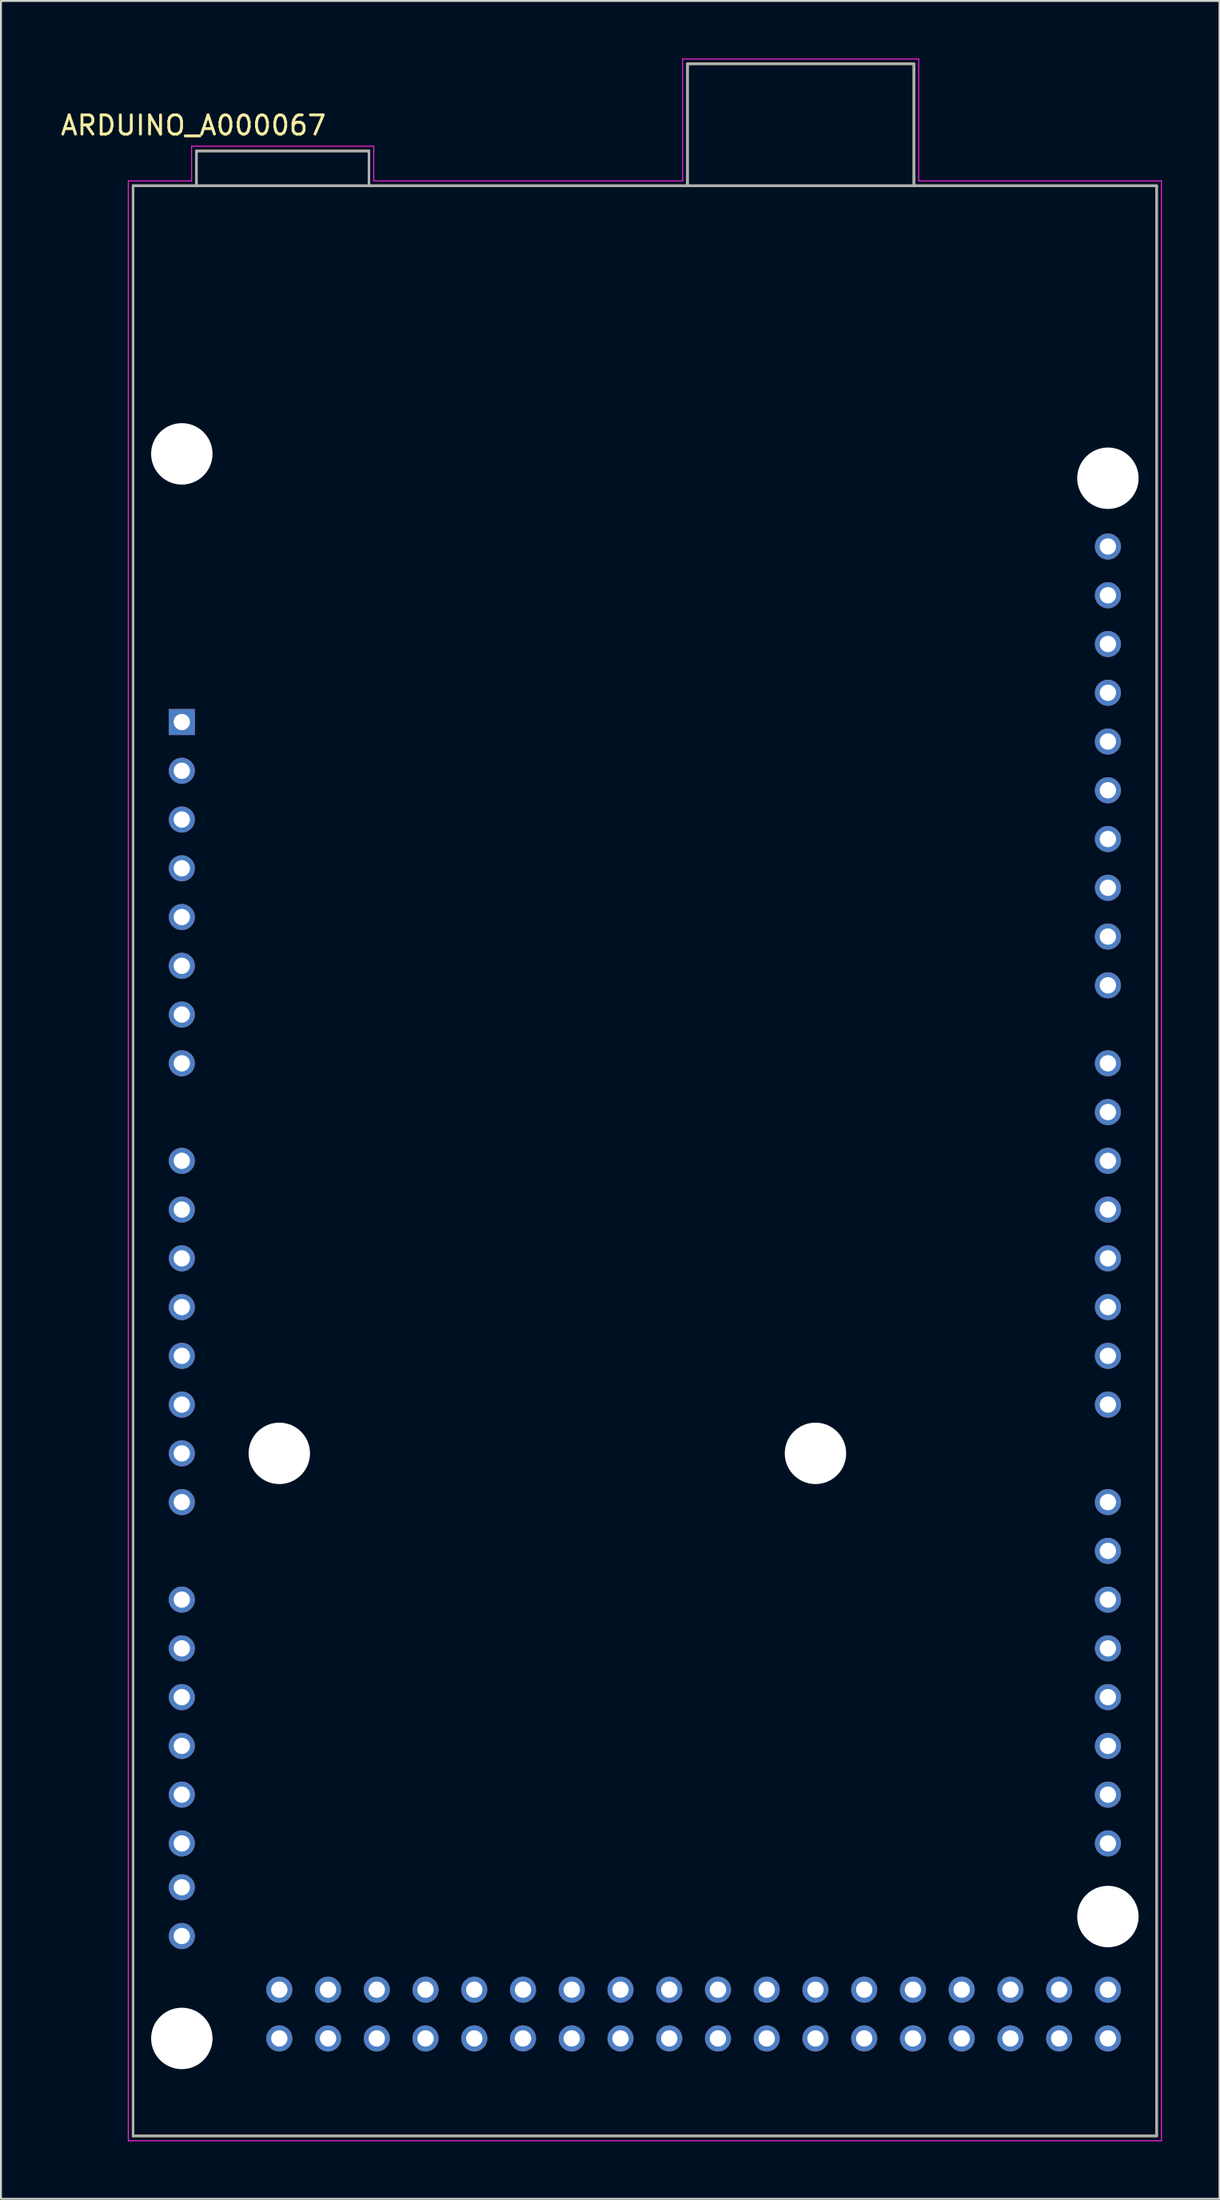
<source format=kicad_pcb>
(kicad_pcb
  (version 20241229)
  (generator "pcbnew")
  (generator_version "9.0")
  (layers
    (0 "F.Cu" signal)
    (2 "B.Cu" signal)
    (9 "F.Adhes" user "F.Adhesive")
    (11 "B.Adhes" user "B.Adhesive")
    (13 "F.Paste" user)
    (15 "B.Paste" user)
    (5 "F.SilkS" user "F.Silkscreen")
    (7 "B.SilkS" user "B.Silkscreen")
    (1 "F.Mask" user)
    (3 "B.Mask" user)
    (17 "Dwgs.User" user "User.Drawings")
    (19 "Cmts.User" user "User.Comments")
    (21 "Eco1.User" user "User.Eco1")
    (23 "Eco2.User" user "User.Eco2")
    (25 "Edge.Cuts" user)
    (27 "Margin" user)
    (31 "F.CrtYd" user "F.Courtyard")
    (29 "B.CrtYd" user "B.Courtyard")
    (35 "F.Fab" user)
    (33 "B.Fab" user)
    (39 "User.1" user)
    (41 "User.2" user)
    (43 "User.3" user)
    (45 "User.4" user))
  (footprint "ARDUINO_A000067"
    (layer "F.Cu")
    (at 30.555 57.425)
    (property "Reference" "ARDUINO_A000067" (at -23.525 -53.945 0) (layer "F.SilkS") (effects (font (size 1 1) (thickness 0.15))))
    (attr through_hole)
    (fp_line (start -26.67 -50.8) (end -23.37 -50.8) (stroke (width 0.127) (type solid)) (layer "F.SilkS"))
    (fp_line (start -26.67 50.8) (end -26.67 -50.8) (stroke (width 0.127) (type solid)) (layer "F.SilkS"))
    (fp_line (start -23.37 -52.61) (end -14.378 -52.61) (stroke (width 0.127) (type solid)) (layer "F.SilkS"))
    (fp_line (start -23.37 -50.8) (end -23.37 -52.61) (stroke (width 0.127) (type solid)) (layer "F.SilkS"))
    (fp_line (start -23.37 -50.8) (end -14.378 -50.8) (stroke (width 0.127) (type solid)) (layer "F.SilkS"))
    (fp_line (start -14.378 -52.61) (end -14.378 -50.8) (stroke (width 0.127) (type solid)) (layer "F.SilkS"))
    (fp_line (start -14.378 -50.8) (end 2.22 -50.8) (stroke (width 0.127) (type solid)) (layer "F.SilkS"))
    (fp_line (start 2.22 -57.15) (end 2.22 -50.8) (stroke (width 0.127) (type solid)) (layer "F.SilkS"))
    (fp_line (start 2.22 -50.8) (end 14.02 -50.8) (stroke (width 0.127) (type solid)) (layer "F.SilkS"))
    (fp_line (start 14.02 -57.15) (end 2.22 -57.15) (stroke (width 0.127) (type solid)) (layer "F.SilkS"))
    (fp_line (start 14.02 -50.8) (end 14.02 -57.15) (stroke (width 0.127) (type solid)) (layer "F.SilkS"))
    (fp_line (start 14.02 -50.8) (end 26.67 -50.8) (stroke (width 0.127) (type solid)) (layer "F.SilkS"))
    (fp_line (start 26.67 -50.8) (end 26.67 50.8) (stroke (width 0.127) (type solid)) (layer "F.SilkS"))
    (fp_line (start 26.67 50.8) (end -26.67 50.8) (stroke (width 0.127) (type solid)) (layer "F.SilkS"))
    (fp_line (start -26.92 -51.05) (end -23.62 -51.05) (stroke (width 0.05) (type solid)) (layer "F.CrtYd"))
    (fp_line (start -26.92 51.05) (end -26.92 -51.05) (stroke (width 0.05) (type solid)) (layer "F.CrtYd"))
    (fp_line (start -23.62 -52.86) (end -14.128 -52.86) (stroke (width 0.05) (type solid)) (layer "F.CrtYd"))
    (fp_line (start -23.62 -51.05) (end -23.62 -52.86) (stroke (width 0.05) (type solid)) (layer "F.CrtYd"))
    (fp_line (start -14.128 -52.86) (end -14.128 -51.05) (stroke (width 0.05) (type solid)) (layer "F.CrtYd"))
    (fp_line (start -14.128 -51.05) (end 1.97 -51.05) (stroke (width 0.05) (type solid)) (layer "F.CrtYd"))
    (fp_line (start 1.97 -57.4) (end 14.27 -57.4) (stroke (width 0.05) (type solid)) (layer "F.CrtYd"))
    (fp_line (start 1.97 -51.05) (end 1.97 -57.4) (stroke (width 0.05) (type solid)) (layer "F.CrtYd"))
    (fp_line (start 14.27 -57.4) (end 14.27 -51.05) (stroke (width 0.05) (type solid)) (layer "F.CrtYd"))
    (fp_line (start 14.27 -51.05) (end 26.92 -51.05) (stroke (width 0.05) (type solid)) (layer "F.CrtYd"))
    (fp_line (start 26.92 -51.05) (end 26.92 51.05) (stroke (width 0.05) (type solid)) (layer "F.CrtYd"))
    (fp_line (start 26.92 51.05) (end -26.92 51.05) (stroke (width 0.05) (type solid)) (layer "F.CrtYd"))
    (fp_line (start -26.67 -50.8) (end -23.37 -50.8) (stroke (width 0.127) (type solid)) (layer "F.Fab"))
    (fp_line (start -26.67 50.8) (end -26.67 -50.8) (stroke (width 0.127) (type solid)) (layer "F.Fab"))
    (fp_line (start -23.37 -52.61) (end -14.378 -52.61) (stroke (width 0.127) (type solid)) (layer "F.Fab"))
    (fp_line (start -23.37 -50.8) (end -23.37 -52.61) (stroke (width 0.127) (type solid)) (layer "F.Fab"))
    (fp_line (start -23.37 -50.8) (end -14.378 -50.8) (stroke (width 0.127) (type solid)) (layer "F.Fab"))
    (fp_line (start -14.378 -52.61) (end -14.378 -50.8) (stroke (width 0.127) (type solid)) (layer "F.Fab"))
    (fp_line (start -14.378 -50.8) (end 2.22 -50.8) (stroke (width 0.127) (type solid)) (layer "F.Fab"))
    (fp_line (start 2.22 -57.15) (end 2.22 -50.8) (stroke (width 0.127) (type solid)) (layer "F.Fab"))
    (fp_line (start 2.22 -50.8) (end 14.02 -50.8) (stroke (width 0.127) (type solid)) (layer "F.Fab"))
    (fp_line (start 14.02 -57.15) (end 2.22 -57.15) (stroke (width 0.127) (type solid)) (layer "F.Fab"))
    (fp_line (start 14.02 -50.8) (end 14.02 -57.15) (stroke (width 0.127) (type solid)) (layer "F.Fab"))
    (fp_line (start 14.02 -50.8) (end 26.67 -50.8) (stroke (width 0.127) (type solid)) (layer "F.Fab"))
    (fp_line (start 26.67 -50.8) (end 26.67 50.8) (stroke (width 0.127) (type solid)) (layer "F.Fab"))
    (fp_line (start 26.67 50.8) (end -26.67 50.8) (stroke (width 0.127) (type solid)) (layer "F.Fab"))
    (pad "" np_thru_hole circle (at -24.13 -36.83) (size 3.2 3.2) (drill 3.2) (layers "*.Cu" "*.Mask"))
    (pad "" np_thru_hole circle (at -24.13 45.72) (size 3.2 3.2) (drill 3.2) (layers "*.Cu" "*.Mask"))
    (pad "" np_thru_hole circle (at -19.05 15.24) (size 3.2 3.2) (drill 3.2) (layers "*.Cu" "*.Mask"))
    (pad "" np_thru_hole circle (at 8.89 15.24) (size 3.2 3.2) (drill 3.2) (layers "*.Cu" "*.Mask"))
    (pad "" np_thru_hole circle (at 24.13 -35.56) (size 3.2 3.2) (drill 3.2) (layers "*.Cu" "*.Mask"))
    (pad "" np_thru_hole circle (at 24.13 39.37) (size 3.2 3.2) (drill 3.2) (layers "*.Cu" "*.Mask"))
    (pad "0" thru_hole circle (at 24.13 12.7) (size 1.358 1.358) (drill 0.85) (layers "*.Cu" "*.Mask"))
    (pad "1" thru_hole circle (at 24.13 10.16) (size 1.358 1.358) (drill 0.85) (layers "*.Cu" "*.Mask"))
    (pad "2" thru_hole circle (at 24.13 7.62) (size 1.358 1.358) (drill 0.85) (layers "*.Cu" "*.Mask"))
    (pad "3" thru_hole circle (at 24.13 5.08) (size 1.358 1.358) (drill 0.85) (layers "*.Cu" "*.Mask"))
    (pad "3V3" thru_hole circle (at -24.13 -15.24) (size 1.358 1.358) (drill 0.85) (layers "*.Cu" "*.Mask"))
    (pad "4" thru_hole circle (at 24.13 2.54) (size 1.358 1.358) (drill 0.85) (layers "*.Cu" "*.Mask"))
    (pad "5" thru_hole circle (at 24.13 0) (size 1.358 1.358) (drill 0.85) (layers "*.Cu" "*.Mask"))
    (pad "5V_1" thru_hole circle (at -24.13 -12.7) (size 1.358 1.358) (drill 0.85) (layers "*.Cu" "*.Mask"))
    (pad "5V_2" thru_hole circle (at 24.13 43.18) (size 1.358 1.358) (drill 0.85) (layers "*.Cu" "*.Mask"))
    (pad "5V_3" thru_hole circle (at 24.13 45.72) (size 1.358 1.358) (drill 0.85) (layers "*.Cu" "*.Mask"))
    (pad "6" thru_hole circle (at 24.13 -2.54) (size 1.358 1.358) (drill 0.85) (layers "*.Cu" "*.Mask"))
    (pad "7" thru_hole circle (at 24.13 -5.08) (size 1.358 1.358) (drill 0.85) (layers "*.Cu" "*.Mask"))
    (pad "8" thru_hole circle (at 24.13 -9.144) (size 1.358 1.358) (drill 0.85) (layers "*.Cu" "*.Mask"))
    (pad "9" thru_hole circle (at 24.13 -11.684) (size 1.358 1.358) (drill 0.85) (layers "*.Cu" "*.Mask"))
    (pad "10" thru_hole circle (at 24.13 -14.224) (size 1.358 1.358) (drill 0.85) (layers "*.Cu" "*.Mask"))
    (pad "11" thru_hole circle (at 24.13 -16.764) (size 1.358 1.358) (drill 0.85) (layers "*.Cu" "*.Mask"))
    (pad "12" thru_hole circle (at 24.13 -19.304) (size 1.358 1.358) (drill 0.85) (layers "*.Cu" "*.Mask"))
    (pad "13" thru_hole circle (at 24.13 -21.844) (size 1.358 1.358) (drill 0.85) (layers "*.Cu" "*.Mask"))
    (pad "14" thru_hole circle (at 24.13 17.78) (size 1.358 1.358) (drill 0.85) (layers "*.Cu" "*.Mask"))
    (pad "15" thru_hole circle (at 24.13 20.32) (size 1.358 1.358) (drill 0.85) (layers "*.Cu" "*.Mask"))
    (pad "16" thru_hole circle (at 24.13 22.86) (size 1.358 1.358) (drill 0.85) (layers "*.Cu" "*.Mask"))
    (pad "17" thru_hole circle (at 24.13 25.4) (size 1.358 1.358) (drill 0.85) (layers "*.Cu" "*.Mask"))
    (pad "18" thru_hole circle (at 24.13 27.94) (size 1.358 1.358) (drill 0.85) (layers "*.Cu" "*.Mask"))
    (pad "19" thru_hole circle (at 24.13 30.48) (size 1.358 1.358) (drill 0.85) (layers "*.Cu" "*.Mask"))
    (pad "20" thru_hole circle (at 24.13 33.02) (size 1.358 1.358) (drill 0.85) (layers "*.Cu" "*.Mask"))
    (pad "21" thru_hole circle (at 24.13 35.56) (size 1.358 1.358) (drill 0.85) (layers "*.Cu" "*.Mask"))
    (pad "22" thru_hole circle (at 21.59 43.18) (size 1.358 1.358) (drill 0.85) (layers "*.Cu" "*.Mask"))
    (pad "23" thru_hole circle (at 21.59 45.72) (size 1.358 1.358) (drill 0.85) (layers "*.Cu" "*.Mask"))
    (pad "24" thru_hole circle (at 19.05 43.18) (size 1.358 1.358) (drill 0.85) (layers "*.Cu" "*.Mask"))
    (pad "25" thru_hole circle (at 19.05 45.72) (size 1.358 1.358) (drill 0.85) (layers "*.Cu" "*.Mask"))
    (pad "26" thru_hole circle (at 16.51 43.18) (size 1.358 1.358) (drill 0.85) (layers "*.Cu" "*.Mask"))
    (pad "27" thru_hole circle (at 16.51 45.72) (size 1.358 1.358) (drill 0.85) (layers "*.Cu" "*.Mask"))
    (pad "28" thru_hole circle (at 13.97 43.18) (size 1.358 1.358) (drill 0.85) (layers "*.Cu" "*.Mask"))
    (pad "29" thru_hole circle (at 13.97 45.72) (size 1.358 1.358) (drill 0.85) (layers "*.Cu" "*.Mask"))
    (pad "30" thru_hole circle (at 11.43 43.18) (size 1.358 1.358) (drill 0.85) (layers "*.Cu" "*.Mask"))
    (pad "31" thru_hole circle (at 11.43 45.72) (size 1.358 1.358) (drill 0.85) (layers "*.Cu" "*.Mask"))
    (pad "32" thru_hole circle (at 8.89 43.18) (size 1.358 1.358) (drill 0.85) (layers "*.Cu" "*.Mask"))
    (pad "33" thru_hole circle (at 8.89 45.72) (size 1.358 1.358) (drill 0.85) (layers "*.Cu" "*.Mask"))
    (pad "34" thru_hole circle (at 6.35 43.18) (size 1.358 1.358) (drill 0.85) (layers "*.Cu" "*.Mask"))
    (pad "35" thru_hole circle (at 6.35 45.72) (size 1.358 1.358) (drill 0.85) (layers "*.Cu" "*.Mask"))
    (pad "36" thru_hole circle (at 3.81 43.18) (size 1.358 1.358) (drill 0.85) (layers "*.Cu" "*.Mask"))
    (pad "37" thru_hole circle (at 3.81 45.72) (size 1.358 1.358) (drill 0.85) (layers "*.Cu" "*.Mask"))
    (pad "38" thru_hole circle (at 1.27 43.18) (size 1.358 1.358) (drill 0.85) (layers "*.Cu" "*.Mask"))
    (pad "39" thru_hole circle (at 1.27 45.72) (size 1.358 1.358) (drill 0.85) (layers "*.Cu" "*.Mask"))
    (pad "40" thru_hole circle (at -1.27 43.18) (size 1.358 1.358) (drill 0.85) (layers "*.Cu" "*.Mask"))
    (pad "41" thru_hole circle (at -1.27 45.72) (size 1.358 1.358) (drill 0.85) (layers "*.Cu" "*.Mask"))
    (pad "42" thru_hole circle (at -3.81 43.18) (size 1.358 1.358) (drill 0.85) (layers "*.Cu" "*.Mask"))
    (pad "43" thru_hole circle (at -3.81 45.72) (size 1.358 1.358) (drill 0.85) (layers "*.Cu" "*.Mask"))
    (pad "44" thru_hole circle (at -6.35 43.18) (size 1.358 1.358) (drill 0.85) (layers "*.Cu" "*.Mask"))
    (pad "45" thru_hole circle (at -6.35 45.72) (size 1.358 1.358) (drill 0.85) (layers "*.Cu" "*.Mask"))
    (pad "46" thru_hole circle (at -8.89 43.18) (size 1.358 1.358) (drill 0.85) (layers "*.Cu" "*.Mask"))
    (pad "47" thru_hole circle (at -8.89 45.72) (size 1.358 1.358) (drill 0.85) (layers "*.Cu" "*.Mask"))
    (pad "48" thru_hole circle (at -11.43 43.18) (size 1.358 1.358) (drill 0.85) (layers "*.Cu" "*.Mask"))
    (pad "49" thru_hole circle (at -11.43 45.72) (size 1.358 1.358) (drill 0.85) (layers "*.Cu" "*.Mask"))
    (pad "50" thru_hole circle (at -13.97 43.18) (size 1.358 1.358) (drill 0.85) (layers "*.Cu" "*.Mask"))
    (pad "51" thru_hole circle (at -13.97 45.72) (size 1.358 1.358) (drill 0.85) (layers "*.Cu" "*.Mask"))
    (pad "52" thru_hole circle (at -16.51 43.18) (size 1.358 1.358) (drill 0.85) (layers "*.Cu" "*.Mask"))
    (pad "53" thru_hole circle (at -16.51 45.72) (size 1.358 1.358) (drill 0.85) (layers "*.Cu" "*.Mask"))
    (pad "AD0" thru_hole circle (at -24.13 0) (size 1.358 1.358) (drill 0.85) (layers "*.Cu" "*.Mask"))
    (pad "AD1" thru_hole circle (at -24.13 2.54) (size 1.358 1.358) (drill 0.85) (layers "*.Cu" "*.Mask"))
    (pad "AD2" thru_hole circle (at -24.13 5.08) (size 1.358 1.358) (drill 0.85) (layers "*.Cu" "*.Mask"))
    (pad "AD3" thru_hole circle (at -24.13 7.62) (size 1.358 1.358) (drill 0.85) (layers "*.Cu" "*.Mask"))
    (pad "AD4" thru_hole circle (at -24.13 10.16) (size 1.358 1.358) (drill 0.85) (layers "*.Cu" "*.Mask"))
    (pad "AD5" thru_hole circle (at -24.13 12.7) (size 1.358 1.358) (drill 0.85) (layers "*.Cu" "*.Mask"))
    (pad "AD6" thru_hole circle (at -24.13 15.24) (size 1.358 1.358) (drill 0.85) (layers "*.Cu" "*.Mask"))
    (pad "AD7" thru_hole circle (at -24.13 17.78) (size 1.358 1.358) (drill 0.85) (layers "*.Cu" "*.Mask"))
    (pad "AD8" thru_hole circle (at -24.13 22.86) (size 1.358 1.358) (drill 0.85) (layers "*.Cu" "*.Mask"))
    (pad "AD9" thru_hole circle (at -24.13 25.4) (size 1.358 1.358) (drill 0.85) (layers "*.Cu" "*.Mask"))
    (pad "AD10" thru_hole circle (at -24.13 27.94) (size 1.358 1.358) (drill 0.85) (layers "*.Cu" "*.Mask"))
    (pad "AD11" thru_hole circle (at -24.13 30.48) (size 1.358 1.358) (drill 0.85) (layers "*.Cu" "*.Mask"))
    (pad "AD12" thru_hole circle (at -24.13 33.02) (size 1.358 1.358) (drill 0.85) (layers "*.Cu" "*.Mask"))
    (pad "AD13" thru_hole circle (at -24.13 35.56) (size 1.358 1.358) (drill 0.85) (layers "*.Cu" "*.Mask"))
    (pad "AD14" thru_hole circle (at -24.13 37.846) (size 1.358 1.358) (drill 0.85) (layers "*.Cu" "*.Mask"))
    (pad "AD15" thru_hole circle (at -24.13 40.386) (size 1.358 1.358) (drill 0.85) (layers "*.Cu" "*.Mask"))
    (pad "AREF" thru_hole circle (at 24.13 -26.924) (size 1.358 1.358) (drill 0.85) (layers "*.Cu" "*.Mask"))
    (pad "GND1" thru_hole circle (at -24.13 -10.16) (size 1.358 1.358) (drill 0.85) (layers "*.Cu" "*.Mask"))
    (pad "GND2" thru_hole circle (at -24.13 -7.62) (size 1.358 1.358) (drill 0.85) (layers "*.Cu" "*.Mask"))
    (pad "GND3" thru_hole circle (at 24.13 -24.384) (size 1.358 1.358) (drill 0.85) (layers "*.Cu" "*.Mask"))
    (pad "GND4" thru_hole circle (at -19.05 43.18) (size 1.358 1.358) (drill 0.85) (layers "*.Cu" "*.Mask"))
    (pad "GND5" thru_hole circle (at -19.05 45.72) (size 1.358 1.358) (drill 0.85) (layers "*.Cu" "*.Mask"))
    (pad "IOREF" thru_hole circle (at -24.13 -20.32) (size 1.358 1.358) (drill 0.85) (layers "*.Cu" "*.Mask"))
    (pad "NC" thru_hole rect (at -24.13 -22.86) (size 1.358 1.358) (drill 0.85) (layers "*.Cu" "*.Mask"))
    (pad "RESET" thru_hole circle (at -24.13 -17.78) (size 1.358 1.358) (drill 0.85) (layers "*.Cu" "*.Mask"))
    (pad "SCL" thru_hole circle (at 24.13 -32.004) (size 1.358 1.358) (drill 0.85) (layers "*.Cu" "*.Mask"))
    (pad "SDA" thru_hole circle (at 24.13 -29.464) (size 1.358 1.358) (drill 0.85) (layers "*.Cu" "*.Mask"))
    (pad "VIN" thru_hole circle (at -24.13 -5.08) (size 1.358 1.358) (drill 0.85) (layers "*.Cu" "*.Mask")))
  (gr_rect
    (start -3 -3)
    (end 60.5 111.5)
    (stroke (width 0.1) (type default))
    (fill no)
    (layer "Edge.Cuts")))
</source>
